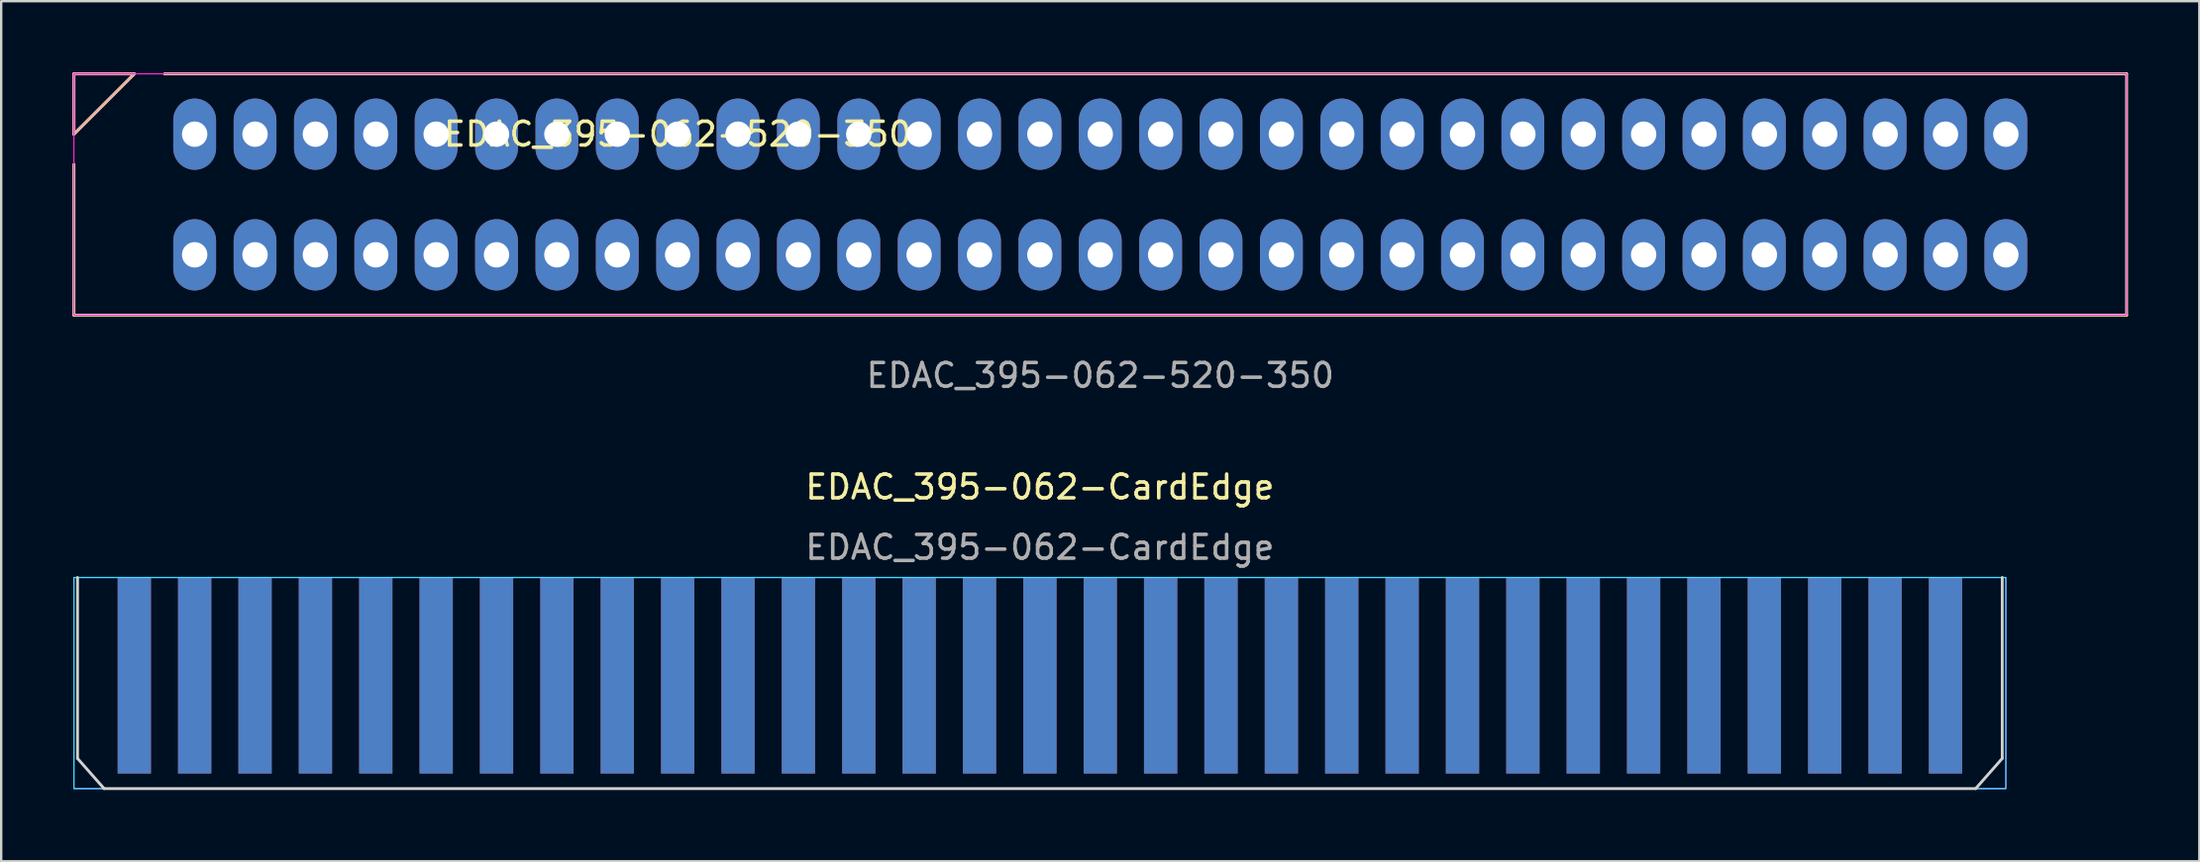
<source format=kicad_pcb>
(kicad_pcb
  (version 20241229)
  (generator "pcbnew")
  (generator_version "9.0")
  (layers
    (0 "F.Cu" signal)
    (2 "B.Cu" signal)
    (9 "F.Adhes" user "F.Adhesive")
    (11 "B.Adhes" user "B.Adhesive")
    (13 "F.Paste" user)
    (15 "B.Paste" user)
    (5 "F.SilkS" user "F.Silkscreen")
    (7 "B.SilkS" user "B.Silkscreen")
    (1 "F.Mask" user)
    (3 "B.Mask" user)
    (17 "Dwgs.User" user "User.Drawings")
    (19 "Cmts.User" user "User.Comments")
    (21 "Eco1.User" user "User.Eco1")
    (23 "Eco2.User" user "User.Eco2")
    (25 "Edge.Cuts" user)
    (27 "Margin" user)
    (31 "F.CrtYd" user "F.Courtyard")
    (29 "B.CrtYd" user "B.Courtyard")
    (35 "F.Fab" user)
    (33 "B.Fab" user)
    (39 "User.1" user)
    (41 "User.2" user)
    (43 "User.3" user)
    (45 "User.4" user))
  (footprint "EDAC_395-062-CardEdge"
    (layer "F.Cu")
    (at 40.7 21.267)
    (property "Reference" "EDAC_395-062-CardEdge" (at 0 -3.81 0) (unlocked yes) (layer "F.SilkS") (effects (font (size 1 1) (thickness 0.15))))
    (fp_rect (start -40.64 0) (end 40.64 8.89) (stroke (width 0.12) (type solid)) (fill yes) (layer "F.Mask"))
    (fp_rect (start 40.64 0) (end -40.64 8.89) (stroke (width 0.12) (type solid)) (fill yes) (layer "B.Mask"))
    (fp_line (start -40.488 0) (end -40.488 7.62) (stroke (width 0.12) (type default)) (layer "Edge.Cuts"))
    (fp_line (start -40.488 7.62) (end -39.37 8.89) (stroke (width 0.12) (type default)) (layer "Edge.Cuts"))
    (fp_line (start -39.37 8.89) (end 39.37 8.89) (stroke (width 0.12) (type default)) (layer "Edge.Cuts"))
    (fp_line (start 39.37 8.89) (end 40.488 7.62) (stroke (width 0.12) (type default)) (layer "Edge.Cuts"))
    (fp_line (start 40.488 0) (end 40.488 7.62) (stroke (width 0.12) (type default)) (layer "Edge.Cuts"))
    (fp_rect (start 40.64 0) (end -40.64 8.89) (stroke (width 0.05) (type default)) (fill no) (layer "B.CrtYd"))
    (fp_rect (start 40.64 0) (end -40.64 8.89) (stroke (width 0.05) (type default)) (fill no) (layer "F.CrtYd"))
    (fp_rect (start -40.64 8.255) (end 40.64 8.89) (stroke (width 0.12) (type default)) (fill no) (layer "User.1"))
    (fp_text user "${REFERENCE}" (at 0 -1.27 0) (unlocked yes) (layer "F.Fab") (effects (font (size 1 1) (thickness 0.15))))
    (pad "1" connect rect (at -38.1 4.128 180) (size 1.4 8.255) (layers "B.Cu" "B.Mask"))
    (pad "2" connect rect (at -38.1 4.128) (size 1.4 8.255) (layers "F.Cu" "F.Mask"))
    (pad "3" connect rect (at -35.56 4.128 180) (size 1.4 8.255) (layers "B.Cu" "B.Mask"))
    (pad "4" connect rect (at -35.56 4.128) (size 1.4 8.255) (layers "F.Cu" "F.Mask"))
    (pad "5" connect rect (at -33.02 4.128 180) (size 1.4 8.255) (layers "B.Cu" "B.Mask"))
    (pad "6" connect rect (at -33.02 4.128) (size 1.4 8.255) (layers "F.Cu" "F.Mask"))
    (pad "7" connect rect (at -30.48 4.128 180) (size 1.4 8.255) (layers "B.Cu" "B.Mask"))
    (pad "8" connect rect (at -30.48 4.128) (size 1.4 8.255) (layers "F.Cu" "F.Mask"))
    (pad "9" connect rect (at -27.94 4.128 180) (size 1.4 8.255) (layers "B.Cu" "B.Mask"))
    (pad "10" connect rect (at -27.94 4.128) (size 1.4 8.255) (layers "F.Cu" "F.Mask"))
    (pad "11" connect rect (at -25.4 4.128 180) (size 1.4 8.255) (layers "B.Cu" "B.Mask"))
    (pad "12" connect rect (at -25.4 4.128) (size 1.4 8.255) (layers "F.Cu" "F.Mask"))
    (pad "13" connect rect (at -22.86 4.128 180) (size 1.4 8.255) (layers "B.Cu" "B.Mask"))
    (pad "14" connect rect (at -22.86 4.128) (size 1.4 8.255) (layers "F.Cu" "F.Mask"))
    (pad "15" connect rect (at -20.32 4.128 180) (size 1.4 8.255) (layers "B.Cu" "B.Mask"))
    (pad "16" connect rect (at -20.32 4.128) (size 1.4 8.255) (layers "F.Cu" "F.Mask"))
    (pad "17" connect rect (at -17.78 4.128 180) (size 1.4 8.255) (layers "B.Cu" "B.Mask"))
    (pad "18" connect rect (at -17.78 4.128) (size 1.4 8.255) (layers "F.Cu" "F.Mask"))
    (pad "19" connect rect (at -15.24 4.128 180) (size 1.4 8.255) (layers "B.Cu" "B.Mask"))
    (pad "20" connect rect (at -15.24 4.128) (size 1.4 8.255) (layers "F.Cu" "F.Mask"))
    (pad "21" connect rect (at -12.7 4.128 180) (size 1.4 8.255) (layers "B.Cu" "B.Mask"))
    (pad "22" connect rect (at -12.7 4.128) (size 1.4 8.255) (layers "F.Cu" "F.Mask"))
    (pad "23" connect rect (at -10.16 4.128 180) (size 1.4 8.255) (layers "B.Cu" "B.Mask"))
    (pad "24" connect rect (at -10.16 4.128) (size 1.4 8.255) (layers "F.Cu" "F.Mask"))
    (pad "25" connect rect (at -7.62 4.128 180) (size 1.4 8.255) (layers "B.Cu" "B.Mask"))
    (pad "26" connect rect (at -7.62 4.128) (size 1.4 8.255) (layers "F.Cu" "F.Mask"))
    (pad "27" connect rect (at -5.08 4.128 180) (size 1.4 8.255) (layers "B.Cu" "B.Mask"))
    (pad "28" connect rect (at -5.08 4.128) (size 1.4 8.255) (layers "F.Cu" "F.Mask"))
    (pad "29" connect rect (at -2.54 4.128 180) (size 1.4 8.255) (layers "B.Cu" "B.Mask"))
    (pad "30" connect rect (at -2.54 4.128) (size 1.4 8.255) (layers "F.Cu" "F.Mask"))
    (pad "31" connect rect (at 0 4.128 180) (size 1.4 8.255) (layers "B.Cu" "B.Mask"))
    (pad "32" connect rect (at 0 4.128) (size 1.4 8.255) (layers "F.Cu" "F.Mask"))
    (pad "33" connect rect (at 2.54 4.128 180) (size 1.4 8.255) (layers "B.Cu" "B.Mask"))
    (pad "34" connect rect (at 2.54 4.128) (size 1.4 8.255) (layers "F.Cu" "F.Mask"))
    (pad "35" connect rect (at 5.08 4.128 180) (size 1.4 8.255) (layers "B.Cu" "B.Mask"))
    (pad "36" connect rect (at 5.08 4.128) (size 1.4 8.255) (layers "F.Cu" "F.Mask"))
    (pad "37" connect rect (at 7.62 4.128 180) (size 1.4 8.255) (layers "B.Cu" "B.Mask"))
    (pad "38" connect rect (at 7.62 4.128) (size 1.4 8.255) (layers "F.Cu" "F.Mask"))
    (pad "39" connect rect (at 10.16 4.128 180) (size 1.4 8.255) (layers "B.Cu" "B.Mask"))
    (pad "40" connect rect (at 10.16 4.128) (size 1.4 8.255) (layers "F.Cu" "F.Mask"))
    (pad "41" connect rect (at 12.7 4.128 180) (size 1.4 8.255) (layers "B.Cu" "B.Mask"))
    (pad "42" connect rect (at 12.7 4.128) (size 1.4 8.255) (layers "F.Cu" "F.Mask"))
    (pad "43" connect rect (at 15.24 4.128 180) (size 1.4 8.255) (layers "B.Cu" "B.Mask"))
    (pad "44" connect rect (at 15.24 4.128) (size 1.4 8.255) (layers "F.Cu" "F.Mask"))
    (pad "45" connect rect (at 17.78 4.128 180) (size 1.4 8.255) (layers "B.Cu" "B.Mask"))
    (pad "46" connect rect (at 17.78 4.128) (size 1.4 8.255) (layers "F.Cu" "F.Mask"))
    (pad "47" connect rect (at 20.32 4.128 180) (size 1.4 8.255) (layers "B.Cu" "B.Mask"))
    (pad "48" connect rect (at 20.32 4.128) (size 1.4 8.255) (layers "F.Cu" "F.Mask"))
    (pad "49" connect rect (at 22.86 4.128 180) (size 1.4 8.255) (layers "B.Cu" "B.Mask"))
    (pad "50" connect rect (at 22.86 4.128) (size 1.4 8.255) (layers "F.Cu" "F.Mask"))
    (pad "51" connect rect (at 25.4 4.128 180) (size 1.4 8.255) (layers "B.Cu" "B.Mask"))
    (pad "52" connect rect (at 25.4 4.128) (size 1.4 8.255) (layers "F.Cu" "F.Mask"))
    (pad "53" connect rect (at 27.94 4.128 180) (size 1.4 8.255) (layers "B.Cu" "B.Mask"))
    (pad "54" connect rect (at 27.94 4.128) (size 1.4 8.255) (layers "F.Cu" "F.Mask"))
    (pad "55" connect rect (at 30.48 4.128 180) (size 1.4 8.255) (layers "B.Cu" "B.Mask"))
    (pad "56" connect rect (at 30.48 4.128) (size 1.4 8.255) (layers "F.Cu" "F.Mask"))
    (pad "57" connect rect (at 33.02 4.128 180) (size 1.4 8.255) (layers "B.Cu" "B.Mask"))
    (pad "58" connect rect (at 33.02 4.128) (size 1.4 8.255) (layers "F.Cu" "F.Mask"))
    (pad "59" connect rect (at 35.56 4.128 180) (size 1.4 8.255) (layers "B.Cu" "B.Mask"))
    (pad "60" connect rect (at 35.56 4.128) (size 1.4 8.255) (layers "F.Cu" "F.Mask"))
    (pad "61" connect rect (at 38.1 4.128 180) (size 1.4 8.255) (layers "B.Cu" "B.Mask"))
    (pad "62" connect rect (at 38.1 4.128) (size 1.4 8.255) (layers "F.Cu" "F.Mask")))
  (footprint "EDAC_395-062-520-350"
    (layer "F.Cu")
    (at 43.24 5.14)
    (property "Reference" "EDAC_395-062-520-350" (at -17.78 -2.54 0) (unlocked yes) (layer "F.SilkS") (effects (font (size 1 1) (thickness 0.15))))
    (attr through_hole)
    (fp_line (start -43.18 -5.08) (end -43.18 -2.54) (stroke (width 0.12) (type default)) (layer "F.SilkS"))
    (fp_line (start -43.18 -2.54) (end -40.64 -5.08) (stroke (width 0.12) (type default)) (layer "F.SilkS"))
    (fp_line (start -43.18 -1.27) (end -43.18 5.08) (stroke (width 0.12) (type default)) (layer "F.SilkS"))
    (fp_line (start -43.18 5.08) (end 43.18 5.08) (stroke (width 0.12) (type default)) (layer "F.SilkS"))
    (fp_line (start -40.64 -5.08) (end -43.18 -5.08) (stroke (width 0.12) (type default)) (layer "F.SilkS"))
    (fp_line (start 43.18 -5.08) (end -39.37 -5.08) (stroke (width 0.12) (type default)) (layer "F.SilkS"))
    (fp_line (start 43.18 5.08) (end 43.18 -5.08) (stroke (width 0.12) (type default)) (layer "F.SilkS"))
    (fp_line (start -43.18 -5.08) (end -43.18 -2.54) (stroke (width 0.12) (type default)) (layer "B.SilkS"))
    (fp_line (start -43.18 -2.54) (end -40.64 -5.08) (stroke (width 0.12) (type default)) (layer "B.SilkS"))
    (fp_line (start -40.64 -5.08) (end -43.18 -5.08) (stroke (width 0.12) (type default)) (layer "B.SilkS"))
    (fp_rect (start -43.18 -5.08) (end 43.18 5.08) (stroke (width 0.05) (type default)) (fill no) (layer "F.CrtYd"))
    (fp_text user "${REFERENCE}" (at 0 7.62 0) (unlocked yes) (layer "F.Fab") (effects (font (size 1 1) (thickness 0.15))))
    (pad "1" thru_hole oval (at -38.1 -2.54) (size 1.8 3) (drill 1.07) (layers "*.Cu" "*.Mask"))
    (pad "2" thru_hole oval (at -38.1 2.54) (size 1.8 3) (drill 1.07) (layers "*.Cu" "*.Mask"))
    (pad "3" thru_hole oval (at -35.56 -2.54) (size 1.8 3) (drill 1.07) (layers "*.Cu" "*.Mask"))
    (pad "4" thru_hole oval (at -35.56 2.54) (size 1.8 3) (drill 1.07) (layers "*.Cu" "*.Mask"))
    (pad "5" thru_hole oval (at -33.02 -2.54) (size 1.8 3) (drill 1.07) (layers "*.Cu" "*.Mask"))
    (pad "6" thru_hole oval (at -33.02 2.54) (size 1.8 3) (drill 1.07) (layers "*.Cu" "*.Mask"))
    (pad "7" thru_hole oval (at -30.48 -2.54) (size 1.8 3) (drill 1.07) (layers "*.Cu" "*.Mask"))
    (pad "8" thru_hole oval (at -30.48 2.54) (size 1.8 3) (drill 1.07) (layers "*.Cu" "*.Mask"))
    (pad "9" thru_hole oval (at -27.94 -2.54) (size 1.8 3) (drill 1.07) (layers "*.Cu" "*.Mask"))
    (pad "10" thru_hole oval (at -27.94 2.54) (size 1.8 3) (drill 1.07) (layers "*.Cu" "*.Mask"))
    (pad "11" thru_hole oval (at -25.4 -2.54) (size 1.8 3) (drill 1.07) (layers "*.Cu" "*.Mask"))
    (pad "12" thru_hole oval (at -25.4 2.54) (size 1.8 3) (drill 1.07) (layers "*.Cu" "*.Mask"))
    (pad "13" thru_hole oval (at -22.86 -2.54) (size 1.8 3) (drill 1.07) (layers "*.Cu" "*.Mask"))
    (pad "14" thru_hole oval (at -22.86 2.54) (size 1.8 3) (drill 1.07) (layers "*.Cu" "*.Mask"))
    (pad "15" thru_hole oval (at -20.32 -2.54) (size 1.8 3) (drill 1.07) (layers "*.Cu" "*.Mask"))
    (pad "16" thru_hole oval (at -20.32 2.54) (size 1.8 3) (drill 1.07) (layers "*.Cu" "*.Mask"))
    (pad "17" thru_hole oval (at -17.78 -2.54) (size 1.8 3) (drill 1.07) (layers "*.Cu" "*.Mask"))
    (pad "18" thru_hole oval (at -17.78 2.54) (size 1.8 3) (drill 1.07) (layers "*.Cu" "*.Mask"))
    (pad "19" thru_hole oval (at -15.24 -2.54) (size 1.8 3) (drill 1.07) (layers "*.Cu" "*.Mask"))
    (pad "20" thru_hole oval (at -15.24 2.54) (size 1.8 3) (drill 1.07) (layers "*.Cu" "*.Mask"))
    (pad "21" thru_hole oval (at -12.7 -2.54) (size 1.8 3) (drill 1.07) (layers "*.Cu" "*.Mask"))
    (pad "22" thru_hole oval (at -12.7 2.54) (size 1.8 3) (drill 1.07) (layers "*.Cu" "*.Mask"))
    (pad "23" thru_hole oval (at -10.16 -2.54) (size 1.8 3) (drill 1.07) (layers "*.Cu" "*.Mask"))
    (pad "24" thru_hole oval (at -10.16 2.54) (size 1.8 3) (drill 1.07) (layers "*.Cu" "*.Mask"))
    (pad "25" thru_hole oval (at -7.62 -2.54) (size 1.8 3) (drill 1.07) (layers "*.Cu" "*.Mask"))
    (pad "26" thru_hole oval (at -7.62 2.54) (size 1.8 3) (drill 1.07) (layers "*.Cu" "*.Mask"))
    (pad "27" thru_hole oval (at -5.08 -2.54) (size 1.8 3) (drill 1.07) (layers "*.Cu" "*.Mask"))
    (pad "28" thru_hole oval (at -5.08 2.54) (size 1.8 3) (drill 1.07) (layers "*.Cu" "*.Mask"))
    (pad "29" thru_hole oval (at -2.54 -2.54) (size 1.8 3) (drill 1.07) (layers "*.Cu" "*.Mask"))
    (pad "30" thru_hole oval (at -2.54 2.54) (size 1.8 3) (drill 1.07) (layers "*.Cu" "*.Mask"))
    (pad "31" thru_hole oval (at 0 -2.54) (size 1.8 3) (drill 1.07) (layers "*.Cu" "*.Mask"))
    (pad "32" thru_hole oval (at 0 2.54) (size 1.8 3) (drill 1.07) (layers "*.Cu" "*.Mask"))
    (pad "33" thru_hole oval (at 2.54 -2.54) (size 1.8 3) (drill 1.07) (layers "*.Cu" "*.Mask"))
    (pad "34" thru_hole oval (at 2.54 2.54) (size 1.8 3) (drill 1.07) (layers "*.Cu" "*.Mask"))
    (pad "35" thru_hole oval (at 5.08 -2.54) (size 1.8 3) (drill 1.07) (layers "*.Cu" "*.Mask"))
    (pad "36" thru_hole oval (at 5.08 2.54) (size 1.8 3) (drill 1.07) (layers "*.Cu" "*.Mask"))
    (pad "37" thru_hole oval (at 7.62 -2.54) (size 1.8 3) (drill 1.07) (layers "*.Cu" "*.Mask"))
    (pad "38" thru_hole oval (at 7.62 2.54) (size 1.8 3) (drill 1.07) (layers "*.Cu" "*.Mask"))
    (pad "39" thru_hole oval (at 10.16 -2.54) (size 1.8 3) (drill 1.07) (layers "*.Cu" "*.Mask"))
    (pad "40" thru_hole oval (at 10.16 2.54) (size 1.8 3) (drill 1.07) (layers "*.Cu" "*.Mask"))
    (pad "41" thru_hole oval (at 12.7 -2.54) (size 1.8 3) (drill 1.07) (layers "*.Cu" "*.Mask"))
    (pad "42" thru_hole oval (at 12.7 2.54) (size 1.8 3) (drill 1.07) (layers "*.Cu" "*.Mask"))
    (pad "43" thru_hole oval (at 15.24 -2.54) (size 1.8 3) (drill 1.07) (layers "*.Cu" "*.Mask"))
    (pad "44" thru_hole oval (at 15.24 2.54) (size 1.8 3) (drill 1.07) (layers "*.Cu" "*.Mask"))
    (pad "45" thru_hole oval (at 17.78 -2.54) (size 1.8 3) (drill 1.07) (layers "*.Cu" "*.Mask"))
    (pad "46" thru_hole oval (at 17.78 2.54) (size 1.8 3) (drill 1.07) (layers "*.Cu" "*.Mask"))
    (pad "47" thru_hole oval (at 20.32 -2.54) (size 1.8 3) (drill 1.07) (layers "*.Cu" "*.Mask"))
    (pad "48" thru_hole oval (at 20.32 2.54) (size 1.8 3) (drill 1.07) (layers "*.Cu" "*.Mask"))
    (pad "49" thru_hole oval (at 22.86 -2.54) (size 1.8 3) (drill 1.07) (layers "*.Cu" "*.Mask"))
    (pad "50" thru_hole oval (at 22.86 2.54) (size 1.8 3) (drill 1.07) (layers "*.Cu" "*.Mask"))
    (pad "51" thru_hole oval (at 25.4 -2.54) (size 1.8 3) (drill 1.07) (layers "*.Cu" "*.Mask"))
    (pad "52" thru_hole oval (at 25.4 2.54) (size 1.8 3) (drill 1.07) (layers "*.Cu" "*.Mask"))
    (pad "53" thru_hole oval (at 27.94 -2.54) (size 1.8 3) (drill 1.07) (layers "*.Cu" "*.Mask"))
    (pad "54" thru_hole oval (at 27.94 2.54) (size 1.8 3) (drill 1.07) (layers "*.Cu" "*.Mask"))
    (pad "55" thru_hole oval (at 30.48 -2.54) (size 1.8 3) (drill 1.07) (layers "*.Cu" "*.Mask"))
    (pad "56" thru_hole oval (at 30.48 2.54) (size 1.8 3) (drill 1.07) (layers "*.Cu" "*.Mask"))
    (pad "57" thru_hole oval (at 33.02 -2.54) (size 1.8 3) (drill 1.07) (layers "*.Cu" "*.Mask"))
    (pad "58" thru_hole oval (at 33.02 2.54) (size 1.8 3) (drill 1.07) (layers "*.Cu" "*.Mask"))
    (pad "59" thru_hole oval (at 35.56 -2.54) (size 1.8 3) (drill 1.07) (layers "*.Cu" "*.Mask"))
    (pad "60" thru_hole oval (at 35.56 2.54) (size 1.8 3) (drill 1.07) (layers "*.Cu" "*.Mask"))
    (pad "61" thru_hole oval (at 38.1 -2.54) (size 1.8 3) (drill 1.07) (layers "*.Cu" "*.Mask"))
    (pad "62" thru_hole oval (at 38.1 2.54) (size 1.8 3) (drill 1.07) (layers "*.Cu" "*.Mask")))
  (gr_rect
    (start -3 -3)
    (end 89.48 33.217)
    (stroke (width 0.1) (type default))
    (fill no)
    (layer "Edge.Cuts")))
</source>
